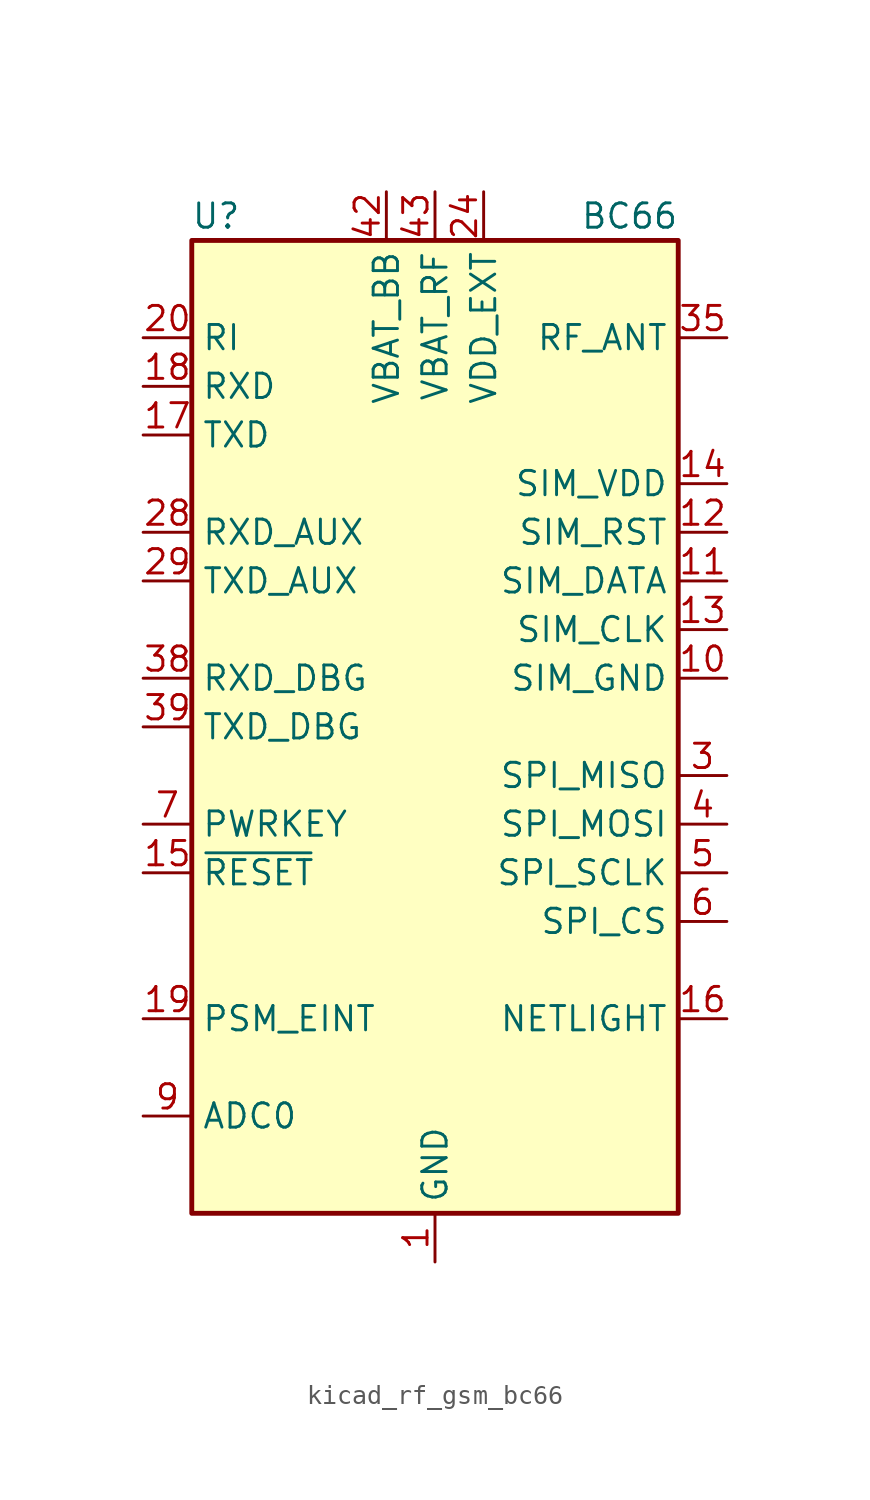
<source format=kicad_sym>
(kicad_symbol_lib
  (version 20220914)
  (generator kicad_symbol_editor)
  (symbol "kicad_rf_gsm_bc66"
    (property "Reference" "U"
      (at -11.43 26.67 0)
      (effects (font (size 1.27 1.27))))
    (property "Value" "BC66"
      (at 10.16 26.67 0)
      (effects (font (size 1.27 1.27))))
    (symbol "kicad_rf_gsm_bc66_0_1"
      (rectangle (start -12.7 25.4) (end 12.7 -25.4) (stroke (width 0.254) (type default)) (fill (type background))))
    (symbol "kicad_rf_gsm_bc66_1_1"
      (pin power_in line (at 0 -27.94 90) (length 2.54) (name "GND" (effects (font (size 1.27 1.27)))) (number "1" (effects (font (size 1.27 1.27)))))
      (pin power_out line (at 15.24 2.54 180) (length 2.54) (name "SIM_GND" (effects (font (size 1.27 1.27)))) (number "10" (effects (font (size 1.27 1.27)))))
      (pin bidirectional line (at 15.24 7.62 180) (length 2.54) (name "SIM_DATA" (effects (font (size 1.27 1.27)))) (number "11" (effects (font (size 1.27 1.27)))))
      (pin output line (at 15.24 10.16 180) (length 2.54) (name "SIM_RST" (effects (font (size 1.27 1.27)))) (number "12" (effects (font (size 1.27 1.27)))))
      (pin output line (at 15.24 5.08 180) (length 2.54) (name "SIM_CLK" (effects (font (size 1.27 1.27)))) (number "13" (effects (font (size 1.27 1.27)))))
      (pin power_out line (at 15.24 12.7 180) (length 2.54) (name "SIM_VDD" (effects (font (size 1.27 1.27)))) (number "14" (effects (font (size 1.27 1.27)))))
      (pin input line (at -15.24 -7.62 0) (length 2.54) (name "~{RESET}" (effects (font (size 1.27 1.27)))) (number "15" (effects (font (size 1.27 1.27)))))
      (pin output line (at 15.24 -15.24 180) (length 2.54) (name "NETLIGHT" (effects (font (size 1.27 1.27)))) (number "16" (effects (font (size 1.27 1.27)))))
      (pin output line (at -15.24 15.24 0) (length 2.54) (name "TXD" (effects (font (size 1.27 1.27)))) (number "17" (effects (font (size 1.27 1.27)))))
      (pin input line (at -15.24 17.78 0) (length 2.54) (name "RXD" (effects (font (size 1.27 1.27)))) (number "18" (effects (font (size 1.27 1.27)))))
      (pin input line (at -15.24 -15.24 0) (length 2.54) (name "PSM_EINT" (effects (font (size 1.27 1.27)))) (number "19" (effects (font (size 1.27 1.27)))))
      (pin no_connect line (at -5.08 25.4 270) (length 2.54) hide (name "RESERVED" (effects (font (size 1.27 1.27)))) (number "2" (effects (font (size 1.27 1.27)))))
      (pin output line (at -15.24 20.32 0) (length 2.54) (name "RI" (effects (font (size 1.27 1.27)))) (number "20" (effects (font (size 1.27 1.27)))))
      (pin no_connect line (at -12.7 12.7 0) (length 2.54) hide (name "RESERVED" (effects (font (size 1.27 1.27)))) (number "21" (effects (font (size 1.27 1.27)))))
      (pin no_connect line (at -12.7 5.08 0) (length 2.54) hide (name "RESERVED" (effects (font (size 1.27 1.27)))) (number "22" (effects (font (size 1.27 1.27)))))
      (pin no_connect line (at -12.7 -2.54 0) (length 2.54) hide (name "RESERVED" (effects (font (size 1.27 1.27)))) (number "23" (effects (font (size 1.27 1.27)))))
      (pin power_out line (at 2.54 27.94 270) (length 2.54) (name "VDD_EXT" (effects (font (size 1.27 1.27)))) (number "24" (effects (font (size 1.27 1.27)))))
      (pin no_connect line (at -12.7 -10.16 0) (length 2.54) hide (name "RESERVED" (effects (font (size 1.27 1.27)))) (number "25" (effects (font (size 1.27 1.27)))))
      (pin no_connect line (at -12.7 -17.78 0) (length 2.54) hide (name "RESERVED" (effects (font (size 1.27 1.27)))) (number "26" (effects (font (size 1.27 1.27)))))
      (pin passive line (at 0 -27.94 90) (length 2.54) hide (name "GND" (effects (font (size 1.27 1.27)))) (number "27" (effects (font (size 1.27 1.27)))))
      (pin input line (at -15.24 10.16 0) (length 2.54) (name "RXD_AUX" (effects (font (size 1.27 1.27)))) (number "28" (effects (font (size 1.27 1.27)))))
      (pin output line (at -15.24 7.62 0) (length 2.54) (name "TXD_AUX" (effects (font (size 1.27 1.27)))) (number "29" (effects (font (size 1.27 1.27)))))
      (pin input line (at 15.24 -2.54 180) (length 2.54) (name "SPI_MISO" (effects (font (size 1.27 1.27)))) (number "3" (effects (font (size 1.27 1.27)))))
      (pin no_connect line (at -12.7 -22.86 0) (length 2.54) hide (name "RESERVED" (effects (font (size 1.27 1.27)))) (number "30" (effects (font (size 1.27 1.27)))))
      (pin no_connect line (at -10.16 -25.4 90) (length 2.54) hide (name "RESERVED" (effects (font (size 1.27 1.27)))) (number "31" (effects (font (size 1.27 1.27)))))
      (pin no_connect line (at -7.62 -25.4 90) (length 2.54) hide (name "RESERVED" (effects (font (size 1.27 1.27)))) (number "32" (effects (font (size 1.27 1.27)))))
      (pin no_connect line (at -5.08 -25.4 90) (length 2.54) hide (name "RESERVED" (effects (font (size 1.27 1.27)))) (number "33" (effects (font (size 1.27 1.27)))))
      (pin passive line (at 0 -27.94 90) (length 2.54) hide (name "GND" (effects (font (size 1.27 1.27)))) (number "34" (effects (font (size 1.27 1.27)))))
      (pin passive line (at 15.24 20.32 180) (length 2.54) (name "RF_ANT" (effects (font (size 1.27 1.27)))) (number "35" (effects (font (size 1.27 1.27)))))
      (pin passive line (at 0 -27.94 90) (length 2.54) hide (name "GND" (effects (font (size 1.27 1.27)))) (number "36" (effects (font (size 1.27 1.27)))))
      (pin passive line (at 0 -27.94 90) (length 2.54) hide (name "GND" (effects (font (size 1.27 1.27)))) (number "37" (effects (font (size 1.27 1.27)))))
      (pin input line (at -15.24 2.54 0) (length 2.54) (name "RXD_DBG" (effects (font (size 1.27 1.27)))) (number "38" (effects (font (size 1.27 1.27)))))
      (pin output line (at -15.24 0 0) (length 2.54) (name "TXD_DBG" (effects (font (size 1.27 1.27)))) (number "39" (effects (font (size 1.27 1.27)))))
      (pin output line (at 15.24 -5.08 180) (length 2.54) (name "SPI_MOSI" (effects (font (size 1.27 1.27)))) (number "4" (effects (font (size 1.27 1.27)))))
      (pin passive line (at 0 -27.94 90) (length 2.54) hide (name "GND" (effects (font (size 1.27 1.27)))) (number "40" (effects (font (size 1.27 1.27)))))
      (pin passive line (at 0 -27.94 90) (length 2.54) hide (name "GND" (effects (font (size 1.27 1.27)))) (number "41" (effects (font (size 1.27 1.27)))))
      (pin power_in line (at -2.54 27.94 270) (length 2.54) (name "VBAT_BB" (effects (font (size 1.27 1.27)))) (number "42" (effects (font (size 1.27 1.27)))))
      (pin power_in line (at 0 27.94 270) (length 2.54) (name "VBAT_RF" (effects (font (size 1.27 1.27)))) (number "43" (effects (font (size 1.27 1.27)))))
      (pin no_connect line (at -2.54 -25.4 90) (length 2.54) hide (name "RESERVED" (effects (font (size 1.27 1.27)))) (number "44" (effects (font (size 1.27 1.27)))))
      (pin no_connect line (at 5.08 -25.4 90) (length 2.54) hide (name "RESERVED" (effects (font (size 1.27 1.27)))) (number "45" (effects (font (size 1.27 1.27)))))
      (pin no_connect line (at 7.62 -25.4 90) (length 2.54) hide (name "RESERVED" (effects (font (size 1.27 1.27)))) (number "46" (effects (font (size 1.27 1.27)))))
      (pin no_connect line (at 10.16 -25.4 90) (length 2.54) hide (name "RESERVED" (effects (font (size 1.27 1.27)))) (number "47" (effects (font (size 1.27 1.27)))))
      (pin no_connect line (at 12.7 -22.86 180) (length 2.54) hide (name "RESERVED" (effects (font (size 1.27 1.27)))) (number "48" (effects (font (size 1.27 1.27)))))
      (pin no_connect line (at 12.7 -20.32 180) (length 2.54) hide (name "RESERVED" (effects (font (size 1.27 1.27)))) (number "49" (effects (font (size 1.27 1.27)))))
      (pin output line (at 15.24 -7.62 180) (length 2.54) (name "SPI_SCLK" (effects (font (size 1.27 1.27)))) (number "5" (effects (font (size 1.27 1.27)))))
      (pin no_connect line (at 12.7 -17.78 180) (length 2.54) hide (name "RESERVED" (effects (font (size 1.27 1.27)))) (number "50" (effects (font (size 1.27 1.27)))))
      (pin no_connect line (at -12.7 -12.7 0) (length 2.54) hide (name "RESERVED" (effects (font (size 1.27 1.27)))) (number "51" (effects (font (size 1.27 1.27)))))
      (pin no_connect line (at 12.7 -12.7 180) (length 2.54) hide (name "RESERVED" (effects (font (size 1.27 1.27)))) (number "52" (effects (font (size 1.27 1.27)))))
      (pin no_connect line (at 12.7 0 180) (length 2.54) hide (name "RESERVED" (effects (font (size 1.27 1.27)))) (number "53" (effects (font (size 1.27 1.27)))))
      (pin no_connect line (at 2.54 -25.4 90) (length 2.54) hide (name "RESERVED" (effects (font (size 1.27 1.27)))) (number "54" (effects (font (size 1.27 1.27)))))
      (pin no_connect line (at 12.7 17.78 180) (length 2.54) hide (name "RESERVED" (effects (font (size 1.27 1.27)))) (number "55" (effects (font (size 1.27 1.27)))))
      (pin no_connect line (at 12.7 15.24 180) (length 2.54) hide (name "RESERVED" (effects (font (size 1.27 1.27)))) (number "56" (effects (font (size 1.27 1.27)))))
      (pin no_connect line (at 12.7 22.86 180) (length 2.54) hide (name "RESERVED" (effects (font (size 1.27 1.27)))) (number "57" (effects (font (size 1.27 1.27)))))
      (pin no_connect line (at 5.08 25.4 270) (length 2.54) hide (name "RESERVED" (effects (font (size 1.27 1.27)))) (number "58" (effects (font (size 1.27 1.27)))))
      (pin output line (at 15.24 -10.16 180) (length 2.54) (name "SPI_CS" (effects (font (size 1.27 1.27)))) (number "6" (effects (font (size 1.27 1.27)))))
      (pin input line (at -15.24 -5.08 0) (length 2.54) (name "PWRKEY" (effects (font (size 1.27 1.27)))) (number "7" (effects (font (size 1.27 1.27)))))
      (pin no_connect line (at -12.7 22.86 0) (length 2.54) hide (name "RESERVED" (effects (font (size 1.27 1.27)))) (number "8" (effects (font (size 1.27 1.27)))))
      (pin input line (at -15.24 -20.32 0) (length 2.54) (name "ADC0" (effects (font (size 1.27 1.27)))) (number "9" (effects (font (size 1.27 1.27))))))))
</source>
